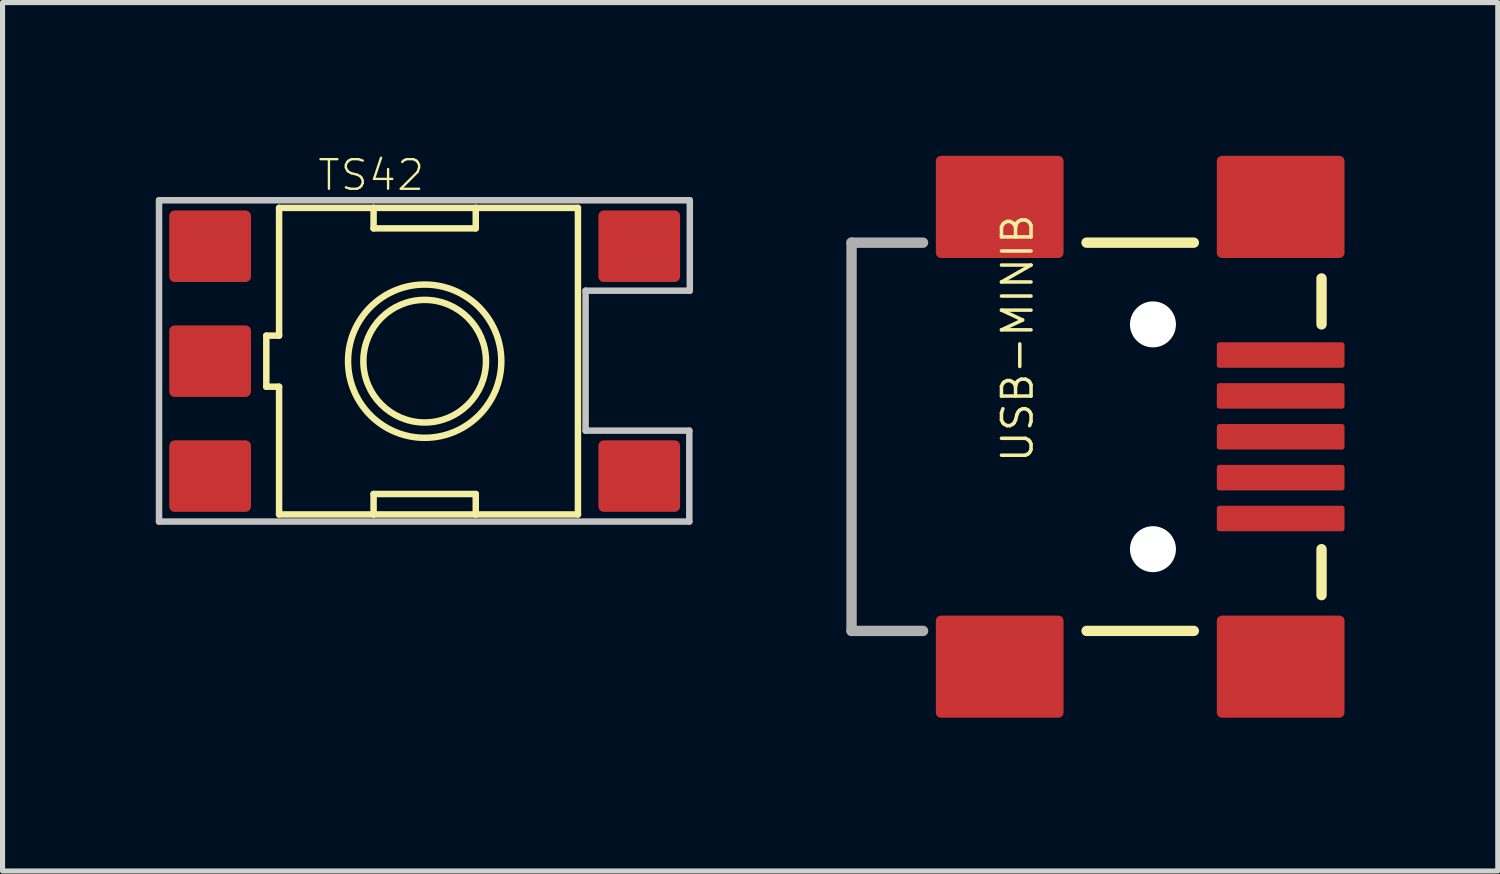
<source format=kicad_pcb>
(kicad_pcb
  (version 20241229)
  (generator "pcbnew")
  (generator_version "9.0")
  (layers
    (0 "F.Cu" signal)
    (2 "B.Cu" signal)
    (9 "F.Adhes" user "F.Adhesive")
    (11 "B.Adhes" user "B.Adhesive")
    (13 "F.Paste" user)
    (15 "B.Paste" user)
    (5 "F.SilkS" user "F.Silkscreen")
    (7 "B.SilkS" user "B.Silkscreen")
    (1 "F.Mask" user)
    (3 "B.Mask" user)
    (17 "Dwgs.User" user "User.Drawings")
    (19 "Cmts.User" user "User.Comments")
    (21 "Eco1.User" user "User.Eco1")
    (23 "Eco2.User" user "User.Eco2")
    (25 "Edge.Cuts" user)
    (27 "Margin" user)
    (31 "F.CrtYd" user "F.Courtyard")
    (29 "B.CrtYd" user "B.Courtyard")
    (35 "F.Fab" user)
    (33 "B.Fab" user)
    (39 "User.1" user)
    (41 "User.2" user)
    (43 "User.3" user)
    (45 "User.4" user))
  (footprint "TS42"
    (layer "F.Cu")
    (at 5.263 4.02)
    (property "Reference" "TS42" (at -2.125 -3.302 0) (layer "F.SilkS") (effects (font (size 0.579 0.579) (thickness 0.046)) (justify left bottom)))
    (attr through_hole)
    (fp_line (start -3.1 -0.5) (end -3.1 0.5) (stroke (width 0.127) (type solid)) (layer "F.SilkS"))
    (fp_line (start -3.1 0.5) (end -2.85 0.5) (stroke (width 0.127) (type solid)) (layer "F.SilkS"))
    (fp_line (start -2.85 -3) (end -2.85 -0.5) (stroke (width 0.127) (type solid)) (layer "F.SilkS"))
    (fp_line (start -2.85 -3) (end -1 -3) (stroke (width 0.127) (type solid)) (layer "F.SilkS"))
    (fp_line (start -2.85 -0.5) (end -3.1 -0.5) (stroke (width 0.127) (type solid)) (layer "F.SilkS"))
    (fp_line (start -2.85 0.5) (end -2.85 3) (stroke (width 0.127) (type solid)) (layer "F.SilkS"))
    (fp_line (start -1 -3) (end -1 -2.6) (stroke (width 0.127) (type solid)) (layer "F.SilkS"))
    (fp_line (start -1 -2.6) (end 1 -2.6) (stroke (width 0.127) (type solid)) (layer "F.SilkS"))
    (fp_line (start -1 2.6) (end -1 3) (stroke (width 0.127) (type solid)) (layer "F.SilkS"))
    (fp_line (start -1 3) (end -2.85 3) (stroke (width 0.127) (type solid)) (layer "F.SilkS"))
    (fp_line (start -1 3) (end 1 3) (stroke (width 0.127) (type solid)) (layer "F.SilkS"))
    (fp_line (start 1 -3) (end -1 -3) (stroke (width 0.127) (type solid)) (layer "F.SilkS"))
    (fp_line (start 1 -3) (end 3 -3) (stroke (width 0.127) (type solid)) (layer "F.SilkS"))
    (fp_line (start 1 -2.6) (end 1 -3) (stroke (width 0.127) (type solid)) (layer "F.SilkS"))
    (fp_line (start 1 2.6) (end -1 2.6) (stroke (width 0.127) (type solid)) (layer "F.SilkS"))
    (fp_line (start 1 3) (end 1 2.6) (stroke (width 0.127) (type solid)) (layer "F.SilkS"))
    (fp_line (start 1 3) (end 3 3) (stroke (width 0.127) (type solid)) (layer "F.SilkS"))
    (fp_line (start 3 3) (end 3 -3) (stroke (width 0.127) (type solid)) (layer "F.SilkS"))
    (fp_circle (center 0 0) (end 1.2 0) (stroke (width 0.127) (type solid)) (fill no) (layer "F.SilkS"))
    (fp_circle (center 0 0) (end 1.5 0) (stroke (width 0.127) (type solid)) (fill no) (layer "F.SilkS"))
    (fp_poly (pts (xy -4.699 0.381) (xy -3.81 0.381) (xy -3.81 -0.381) (xy -4.699 -0.381)) (stroke (width 0) (type solid)) (fill yes) (layer "F.Paste"))
    (fp_line (start -5.2 -3.15) (end -5.2 3.14) (stroke (width 0.127) (type solid)) (layer "Dwgs.User"))
    (fp_line (start -5.2 3.14) (end 5.18 3.14) (stroke (width 0.127) (type solid)) (layer "Dwgs.User"))
    (fp_line (start 3.15 -1.38) (end 5.19 -1.38) (stroke (width 0.127) (type solid)) (layer "Dwgs.User"))
    (fp_line (start 3.15 1.36) (end 3.15 -1.38) (stroke (width 0.127) (type solid)) (layer "Dwgs.User"))
    (fp_line (start 5.18 1.36) (end 3.15 1.36) (stroke (width 0.127) (type solid)) (layer "Dwgs.User"))
    (fp_line (start 5.18 3.14) (end 5.18 1.36) (stroke (width 0.127) (type solid)) (layer "Dwgs.User"))
    (fp_line (start 5.19 -3.15) (end -5.2 -3.15) (stroke (width 0.127) (type solid)) (layer "Dwgs.User"))
    (fp_line (start 5.19 -1.38) (end 5.19 -3.15) (stroke (width 0.127) (type solid)) (layer "Dwgs.User"))
    (pad "1" smd roundrect (at -4.2 -2.25) (size 1.6 1.4) (layers "F.Cu" "F.Mask" "F.Paste") (roundrect_rratio 0.075))
    (pad "2" smd roundrect (at 4.2 -2.25) (size 1.6 1.4) (layers "F.Cu" "F.Mask" "F.Paste") (roundrect_rratio 0.075))
    (pad "3" smd roundrect (at -4.2 2.25) (size 1.6 1.4) (layers "F.Cu" "F.Mask" "F.Paste") (roundrect_rratio 0.075))
    (pad "4" smd roundrect (at 4.2 2.25) (size 1.6 1.4) (layers "F.Cu" "F.Mask" "F.Paste") (roundrect_rratio 0.075))
    (pad "5" smd roundrect (at -4.2 0) (size 1.6 1.4) (layers "F.Cu" "F.Mask") (roundrect_rratio 0.075)))
  (footprint "USB-MINIB"
    (layer "F.Cu")
    (at 19.519 5.5)
    (property "Reference" "USB-MINIB" (at -2.312 0.544 90) (layer "F.SilkS") (effects (font (size 0.579 0.579) (thickness 0.069)) (justify left bottom)))
    (attr through_hole)
    (fp_line (start -1.3 -3.8) (end 0.8 -3.8) (stroke (width 0.203) (type solid)) (layer "F.SilkS"))
    (fp_line (start 0.8 3.8) (end -1.3 3.8) (stroke (width 0.203) (type solid)) (layer "F.SilkS"))
    (fp_line (start 3.3 -3.1) (end 3.3 -2.2) (stroke (width 0.203) (type solid)) (layer "F.SilkS"))
    (fp_line (start 3.3 2.2) (end 3.3 3.1) (stroke (width 0.203) (type solid)) (layer "F.SilkS"))
    (fp_line (start -5.9 -3.8) (end -5.9 3.8) (stroke (width 0.203) (type solid)) (layer "F.Fab"))
    (fp_line (start -5.9 -3.8) (end -4.5 -3.8) (stroke (width 0.203) (type solid)) (layer "F.Fab"))
    (fp_line (start -5.9 3.8) (end -4.5 3.8) (stroke (width 0.203) (type solid)) (layer "F.Fab"))
    (pad "" np_thru_hole circle (at 0 -2.2) (size 0.9 0.9) (drill 0.9) (layers "*.Cu" "*.Mask"))
    (pad "" np_thru_hole circle (at 0 2.2) (size 0.9 0.9) (drill 0.9) (layers "*.Cu" "*.Mask"))
    (pad "D+" smd roundrect (at 2.5 0) (size 2.5 0.5) (layers "F.Cu" "F.Mask" "F.Paste") (roundrect_rratio 0.102))
    (pad "D-" smd roundrect (at 2.5 -0.8) (size 2.5 0.5) (layers "F.Cu" "F.Mask" "F.Paste") (roundrect_rratio 0.102))
    (pad "GND" smd roundrect (at 2.5 1.6) (size 2.5 0.5) (layers "F.Cu" "F.Mask" "F.Paste") (roundrect_rratio 0.102))
    (pad "ID" smd roundrect (at 2.5 0.8) (size 2.5 0.5) (layers "F.Cu" "F.Mask" "F.Paste") (roundrect_rratio 0.102))
    (pad "MTN1" smd roundrect (at -3 -4.5) (size 2.5 2) (layers "F.Cu" "F.Mask" "F.Paste") (roundrect_rratio 0.05))
    (pad "MTN2" smd roundrect (at 2.5 -4.5) (size 2.5 2) (layers "F.Cu" "F.Mask" "F.Paste") (roundrect_rratio 0.05))
    (pad "MTN3" smd roundrect (at -3 4.5) (size 2.5 2) (layers "F.Cu" "F.Mask" "F.Paste") (roundrect_rratio 0.05))
    (pad "MTN4" smd roundrect (at 2.5 4.5) (size 2.5 2) (layers "F.Cu" "F.Mask" "F.Paste") (roundrect_rratio 0.05))
    (pad "VBUS" smd roundrect (at 2.5 -1.6) (size 2.5 0.5) (layers "F.Cu" "F.Mask" "F.Paste") (roundrect_rratio 0.102)))
  (gr_rect
    (start -3 -3)
    (end 26.269 14)
    (stroke (width 0.1) (type default))
    (fill no)
    (layer "Edge.Cuts")))
</source>
